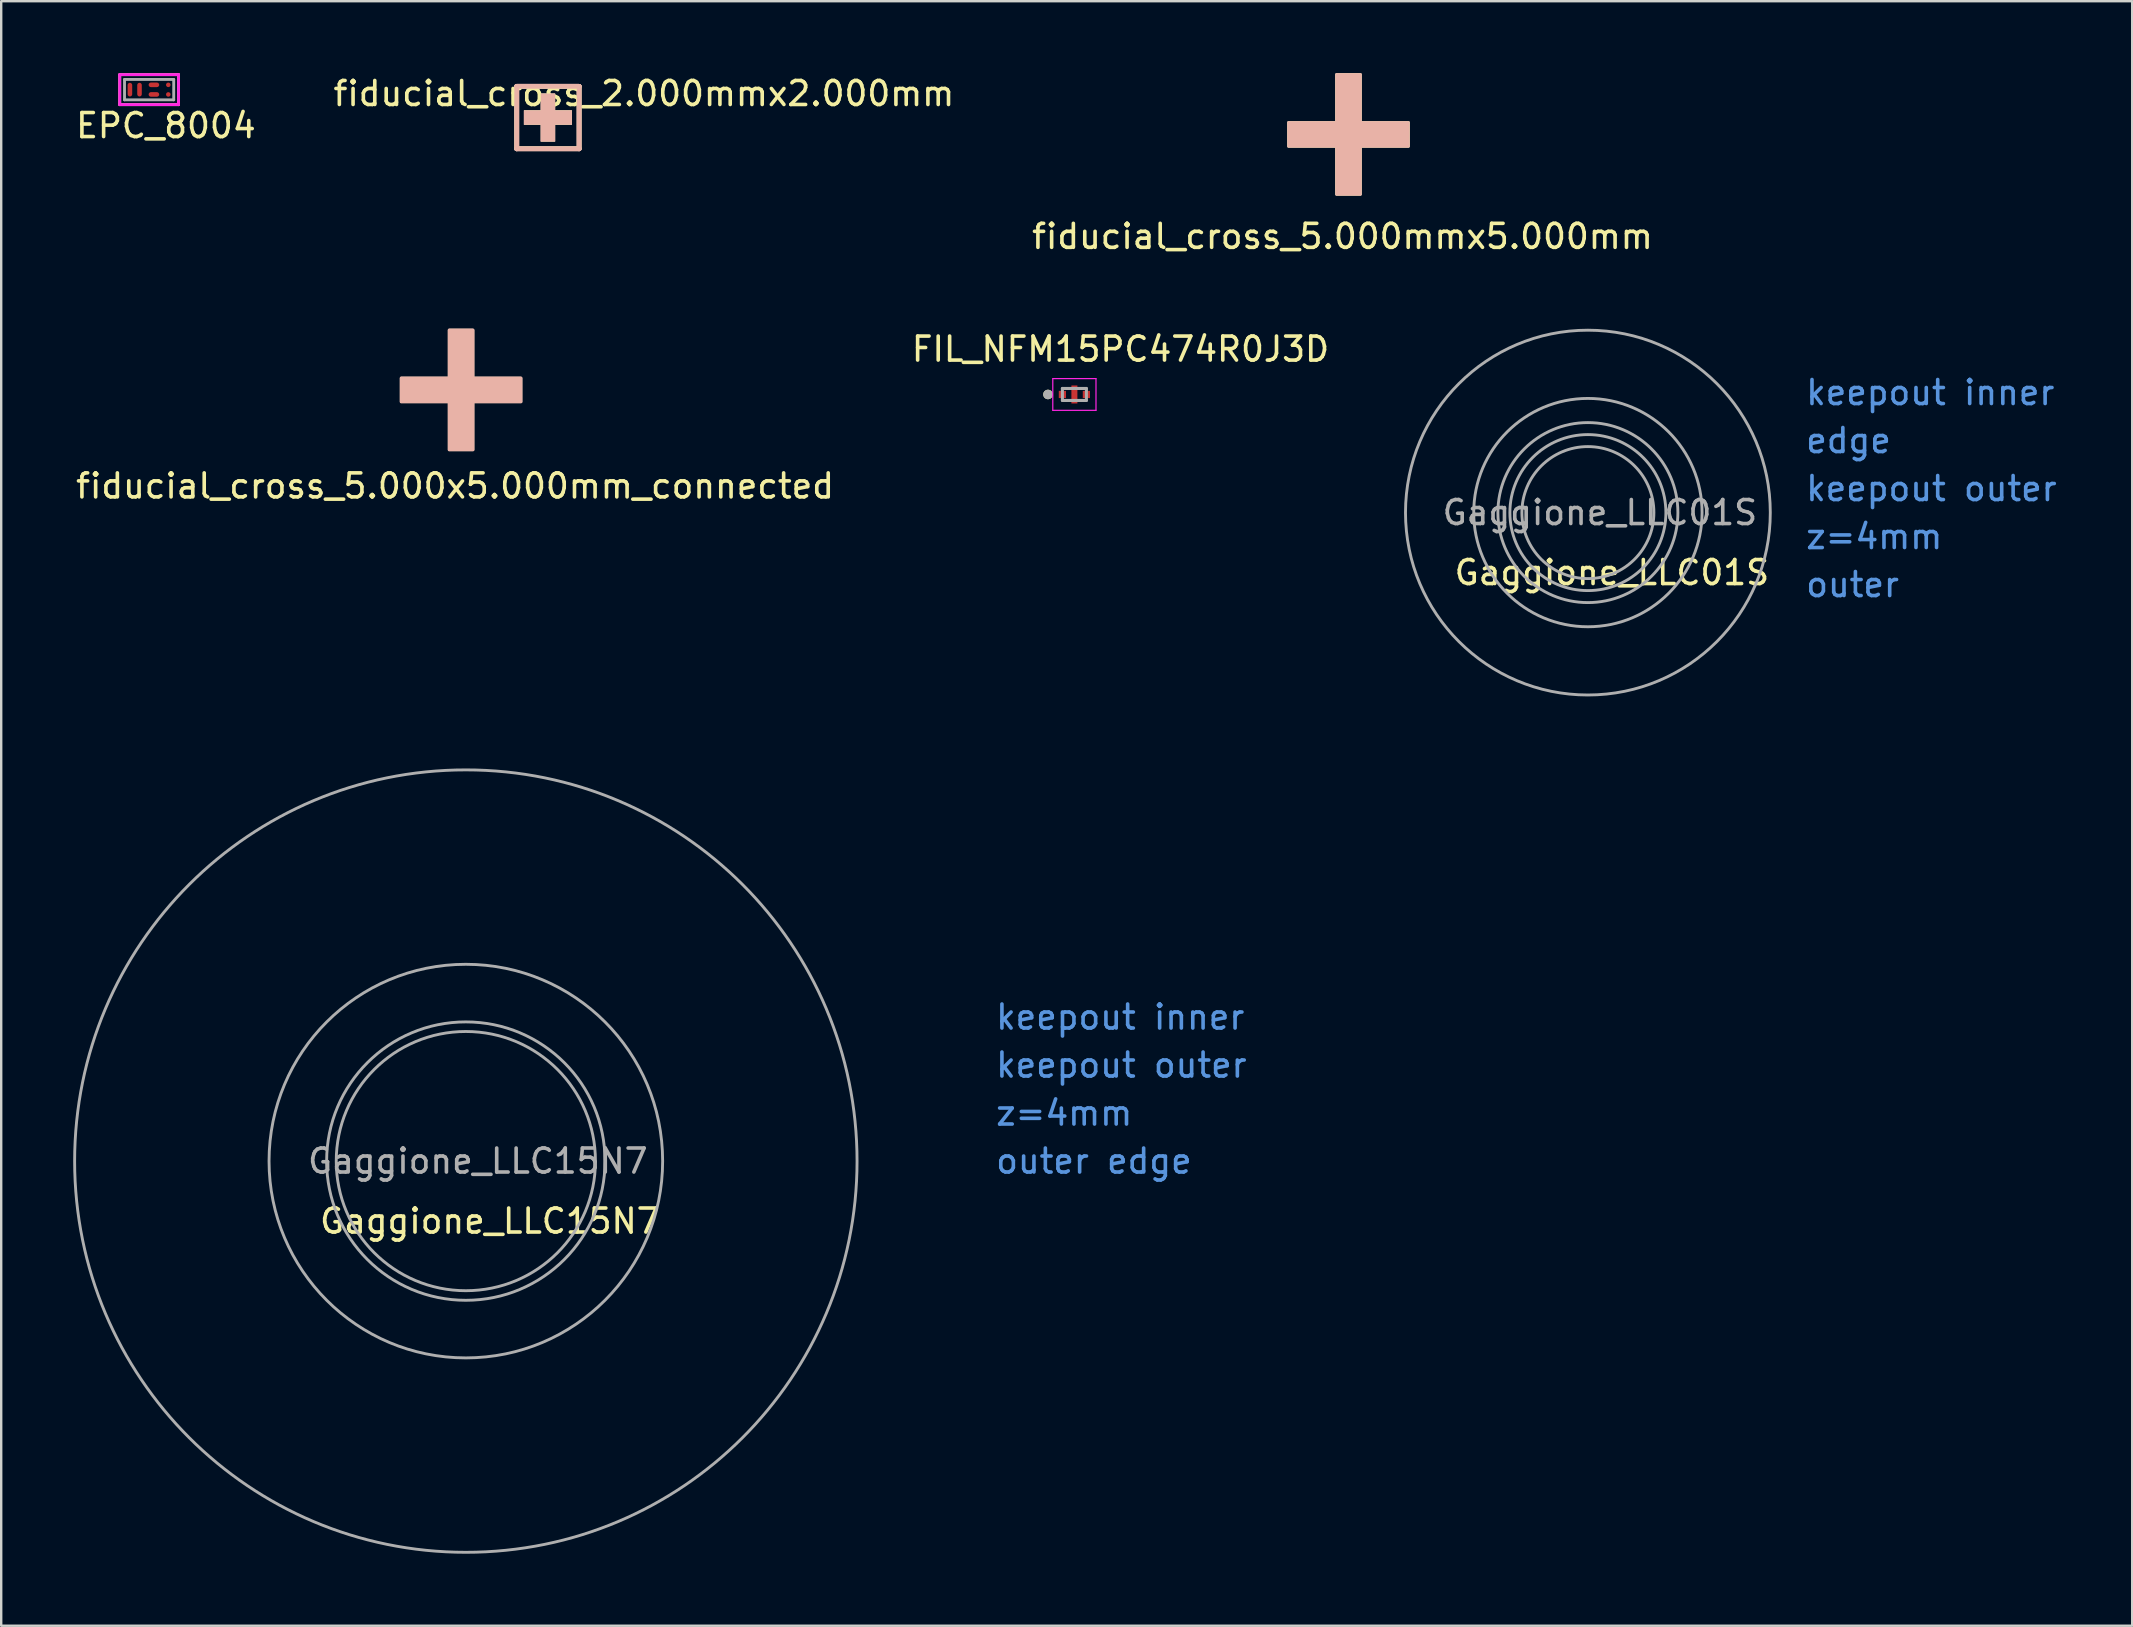
<source format=kicad_pcb>
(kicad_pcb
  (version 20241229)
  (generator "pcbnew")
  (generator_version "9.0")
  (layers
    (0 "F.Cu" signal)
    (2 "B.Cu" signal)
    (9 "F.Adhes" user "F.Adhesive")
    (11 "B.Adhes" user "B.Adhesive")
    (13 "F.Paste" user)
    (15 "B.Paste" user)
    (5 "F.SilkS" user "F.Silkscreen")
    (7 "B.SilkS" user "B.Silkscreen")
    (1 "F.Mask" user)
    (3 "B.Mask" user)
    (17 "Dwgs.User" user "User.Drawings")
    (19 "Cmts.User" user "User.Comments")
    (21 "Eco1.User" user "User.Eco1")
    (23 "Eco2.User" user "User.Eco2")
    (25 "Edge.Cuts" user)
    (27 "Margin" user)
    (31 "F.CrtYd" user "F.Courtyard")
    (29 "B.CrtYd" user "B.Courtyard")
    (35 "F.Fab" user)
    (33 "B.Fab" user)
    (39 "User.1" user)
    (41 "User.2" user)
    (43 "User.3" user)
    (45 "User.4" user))
  (footprint "fiducial_cross_5.000mmx5.000mm"
    (layer "F.Cu")
    (at 50.637 5.05)
    (property "Reference" "fiducial_cross_5.000mmx5.000mm" (at 2.25 1.75 0) (layer "F.SilkS") (effects (font (size 1 1) (thickness 0.15))))
    (attr through_hole)
    (fp_poly (pts (xy 3 -3) (xy 5 -3) (xy 5 -2) (xy 3 -2) (xy 3 0) (xy 2 0) (xy 2 -2) (xy 0 -2) (xy 0 -3) (xy 2 -3) (xy 2 -5) (xy 3 -5)) (stroke (width 0.1) (type solid)) (fill yes) (layer "F.Cu"))
    (fp_poly (pts (xy 3 -3) (xy 5 -3) (xy 5 -2) (xy 3 -2) (xy 3 0) (xy 2 0) (xy 2 -2) (xy 0 -2) (xy 0 -3) (xy 2 -3) (xy 2 -5) (xy 3 -5)) (stroke (width 0.1) (type solid)) (fill yes) (layer "B.Cu"))
    (fp_poly (pts (xy 3 -3) (xy 5 -3) (xy 5 -2) (xy 3 -2) (xy 3 0) (xy 2 0) (xy 2 -2) (xy 0 -2) (xy 0 -3) (xy 2 -3) (xy 2 -5) (xy 3 -5)) (stroke (width 0.1) (type solid)) (fill yes) (layer "F.SilkS"))
    (fp_poly (pts (xy 3 -3) (xy 5 -3) (xy 5 -2) (xy 3 -2) (xy 3 0) (xy 2 0) (xy 2 -2) (xy 0 -2) (xy 0 -3) (xy 2 -3) (xy 2 -5) (xy 3 -5)) (stroke (width 0.1) (type solid)) (fill yes) (layer "B.SilkS")))
  (footprint "fiducial_cross_2.000mmx2.000mm"
    (layer "F.Cu")
    (at 19.78 1.848)
    (property "Reference" "fiducial_cross_2.000mmx2.000mm" (at 4 -1 0) (layer "F.SilkS") (effects (font (size 1 1) (thickness 0.15))))
    (attr through_hole)
    (fp_line (start -1.3 -1.3) (end 1.3 -1.3) (stroke (width 0.2) (type solid)) (layer "F.Cu"))
    (fp_line (start -1.3 1.3) (end -1.3 -1.3) (stroke (width 0.2) (type solid)) (layer "F.Cu"))
    (fp_line (start 1.3 -1.3) (end 1.3 1.3) (stroke (width 0.2) (type solid)) (layer "F.Cu"))
    (fp_line (start 1.3 1.3) (end -1.3 1.3) (stroke (width 0.2) (type solid)) (layer "F.Cu"))
    (fp_poly (pts (xy 0.3 -0.3) (xy 1 -0.3) (xy 1 0.3) (xy 0.3 0.3) (xy 0.3 1) (xy -0.3 1) (xy -0.3 0.3) (xy -1 0.3) (xy -1 -0.3) (xy -0.3 -0.3) (xy -0.3 -1) (xy 0.3 -1)) (stroke (width 0.001) (type solid)) (fill yes) (layer "F.Cu"))
    (fp_line (start -1.3 -1.3) (end 1.3 -1.3) (stroke (width 0.2) (type solid)) (layer "B.Cu"))
    (fp_line (start -1.3 1.3) (end -1.3 -1.3) (stroke (width 0.2) (type solid)) (layer "B.Cu"))
    (fp_line (start 1.3 -1.3) (end 1.3 1.3) (stroke (width 0.2) (type solid)) (layer "B.Cu"))
    (fp_line (start 1.3 1.3) (end -1.3 1.3) (stroke (width 0.2) (type solid)) (layer "B.Cu"))
    (fp_poly (pts (xy 0.3 -0.3) (xy 1 -0.3) (xy 1 0.3) (xy 0.3 0.3) (xy 0.3 1) (xy -0.3 1) (xy -0.3 0.3) (xy -1 0.3) (xy -1 -0.3) (xy -0.3 -0.3) (xy -0.3 -1) (xy 0.3 -1)) (stroke (width 0.001) (type solid)) (fill yes) (layer "B.Cu"))
    (fp_line (start -1.3 -1.3) (end 1.3 -1.3) (stroke (width 0.2) (type solid)) (layer "F.SilkS"))
    (fp_line (start -1.3 1.3) (end -1.3 -1.3) (stroke (width 0.2) (type solid)) (layer "F.SilkS"))
    (fp_line (start 1.3 -1.3) (end 1.3 1.3) (stroke (width 0.2) (type solid)) (layer "F.SilkS"))
    (fp_line (start 1.3 1.3) (end -1.3 1.3) (stroke (width 0.2) (type solid)) (layer "F.SilkS"))
    (fp_poly (pts (xy 0.3 -0.3) (xy 1 -0.3) (xy 1 0.3) (xy 0.3 0.3) (xy 0.3 1) (xy -0.3 1) (xy -0.3 0.3) (xy -1 0.3) (xy -1 -0.3) (xy -0.3 -0.3) (xy -0.3 -1) (xy 0.3 -1)) (stroke (width 0.001) (type solid)) (fill yes) (layer "F.SilkS"))
    (fp_line (start -1.3 -1.3) (end 1.3 -1.3) (stroke (width 0.2) (type solid)) (layer "B.SilkS"))
    (fp_line (start -1.3 1.3) (end -1.3 -1.3) (stroke (width 0.2) (type solid)) (layer "B.SilkS"))
    (fp_line (start 1.3 -1.3) (end 1.3 1.3) (stroke (width 0.2) (type solid)) (layer "B.SilkS"))
    (fp_line (start 1.3 1.3) (end -1.3 1.3) (stroke (width 0.2) (type solid)) (layer "B.SilkS"))
    (fp_poly (pts (xy 0.3 -0.3) (xy 1 -0.3) (xy 1 0.3) (xy 0.3 0.3) (xy 0.3 1) (xy -0.3 1) (xy -0.3 0.3) (xy -1 0.3) (xy -1 -0.3) (xy -0.3 -0.3) (xy -0.3 -1) (xy 0.3 -1)) (stroke (width 0.001) (type solid)) (fill yes) (layer "B.SilkS")))
  (footprint "EPC_8004"
    (layer "F.Cu")
    (at 2.363 0.685)
    (property "Reference" "EPC_8004" (at 1.5 1.5 0) (layer "F.SilkS") (effects (font (size 1 1) (thickness 0.15))))
    (attr through_hole)
    (fp_line (start -0.425 -0.625) (end 2.025 -0.625) (stroke (width 0.12) (type solid)) (layer "F.SilkS"))
    (fp_line (start -0.425 0.625) (end -0.425 -0.625) (stroke (width 0.12) (type solid)) (layer "F.SilkS"))
    (fp_line (start 2.025 -0.625) (end 2.025 0.625) (stroke (width 0.12) (type solid)) (layer "F.SilkS"))
    (fp_line (start 2.025 0.625) (end -0.425 0.625) (stroke (width 0.12) (type solid)) (layer "F.SilkS"))
    (fp_line (start -0.425 -0.625) (end 2.025 -0.625) (stroke (width 0.12) (type solid)) (layer "F.CrtYd"))
    (fp_line (start -0.425 0.625) (end -0.425 -0.625) (stroke (width 0.12) (type solid)) (layer "F.CrtYd"))
    (fp_line (start 2.025 -0.625) (end 2.025 0.625) (stroke (width 0.12) (type solid)) (layer "F.CrtYd"))
    (fp_line (start 2.025 0.625) (end -0.425 0.625) (stroke (width 0.12) (type solid)) (layer "F.CrtYd"))
    (fp_line (start -0.225 -0.425) (end -0.225 0.425) (stroke (width 0.12) (type solid)) (layer "F.Fab"))
    (fp_line (start -0.225 -0.425) (end 1.825 -0.425) (stroke (width 0.12) (type solid)) (layer "F.Fab"))
    (fp_line (start -0.225 0.425) (end 1.825 0.425) (stroke (width 0.12) (type solid)) (layer "F.Fab"))
    (fp_line (start 1.825 -0.425) (end 1.825 0.425) (stroke (width 0.12) (type solid)) (layer "F.Fab"))
    (pad "1" smd roundrect (at 0 0) (size 0.19 0.57) (layers "F.Cu" "F.Mask" "F.Paste") (roundrect_rratio 0.5))
    (pad "2" smd roundrect (at 0.4 0) (size 0.19 0.57) (layers "F.Cu" "F.Mask" "F.Paste") (roundrect_rratio 0.5))
    (pad "3" smd roundrect (at 1 0.2) (size 0.44 0.19) (layers "F.Cu" "F.Mask" "F.Paste") (roundrect_rratio 0.5))
    (pad "4" smd roundrect (at 1 -0.2) (size 0.44 0.19) (layers "F.Cu" "F.Mask" "F.Paste") (roundrect_rratio 0.5))
    (pad "5" smd circle (at 1.6 0.2) (size 0.19 0.19) (layers "F.Cu" "F.Mask" "F.Paste"))
    (pad "6" smd circle (at 1.6 -0.2) (size 0.19 0.19) (layers "F.Cu" "F.Mask" "F.Paste")))
  (footprint "Gaggione_LLC15N7"
    (layer "F.Cu")
    (at 16.36 45.329)
    (property "Reference" "Gaggione_LLC15N7" (at 1 2.5 0) (layer "F.SilkS") (effects (font (size 1 1) (thickness 0.15))))
    (attr smd)
    (fp_circle (center 0 0) (end 5.4 0) (stroke (width 0.12) (type solid)) (fill no) (layer "F.Fab"))
    (fp_circle (center 0 0) (end 5.8 0) (stroke (width 0.12) (type solid)) (fill no) (layer "F.Fab"))
    (fp_circle (center 0 0) (end 8.2 0) (stroke (width 0.12) (type solid)) (fill no) (layer "F.Fab"))
    (fp_circle (center 0 0) (end 16.3 -0.1) (stroke (width 0.12) (type solid)) (fill no) (layer "F.Fab"))
    (fp_text user "z=4mm" (at 22 -2 0) (layer "Cmts.User") (effects (font (size 1 1) (thickness 0.15)) (justify left)))
    (fp_text user "keepout outer" (at 22 -4 0) (layer "Cmts.User") (effects (font (size 1 1) (thickness 0.15)) (justify left)))
    (fp_text user "keepout inner" (at 22 -6 0) (layer "Cmts.User") (effects (font (size 1 1) (thickness 0.15)) (justify left)))
    (fp_text user "outer edge" (at 22 0 0) (layer "Cmts.User") (effects (font (size 1 1) (thickness 0.15)) (justify left)))
    (fp_text user "${REFERENCE}" (at 0.5 0 0) (layer "F.Fab") (effects (font (size 1 1) (thickness 0.15)))))
  (footprint "Gaggione_LLC01S"
    (layer "F.Cu")
    (at 63.112 18.308)
    (property "Reference" "Gaggione_LLC01S" (at 1 2.5 0) (layer "F.SilkS") (effects (font (size 1 1) (thickness 0.15))))
    (attr smd)
    (fp_circle (center 0 0) (end 2.75 0) (stroke (width 0.12) (type solid)) (fill no) (layer "F.Fab"))
    (fp_circle (center 0 0) (end 3.25 0) (stroke (width 0.12) (type solid)) (fill no) (layer "F.Fab"))
    (fp_circle (center 0 0) (end 3.75 0) (stroke (width 0.12) (type solid)) (fill no) (layer "F.Fab"))
    (fp_circle (center 0 0) (end 4.757 0) (stroke (width 0.12) (type solid)) (fill no) (layer "F.Fab"))
    (fp_circle (center 0 0) (end 7.6 0) (stroke (width 0.12) (type solid)) (fill no) (layer "F.Fab"))
    (fp_text user "outer" (at 9 3 0) (layer "Cmts.User") (effects (font (size 1 1) (thickness 0.15)) (justify left)))
    (fp_text user "keepout inner" (at 9 -5 0) (layer "Cmts.User") (effects (font (size 1 1) (thickness 0.15)) (justify left)))
    (fp_text user "keepout outer" (at 9 -1 0) (layer "Cmts.User") (effects (font (size 1 1) (thickness 0.15)) (justify left)))
    (fp_text user "z=4mm" (at 9 1 0) (layer "Cmts.User") (effects (font (size 1 1) (thickness 0.15)) (justify left)))
    (fp_text user "edge" (at 9 -3 0) (layer "Cmts.User") (effects (font (size 1 1) (thickness 0.15)) (justify left)))
    (fp_text user "${REFERENCE}" (at 0.5 0 0) (layer "F.Fab") (effects (font (size 1 1) (thickness 0.15)))))
  (footprint "FIL_NFM15PC474R0J3D"
    (layer "F.Cu")
    (at 41.716 13.386)
    (property "Reference" "FIL_NFM15PC474R0J3D" (at 1.921 -1.889 0) (layer "F.SilkS") (effects (font (size 1 1) (thickness 0.15))))
    (attr smd)
    (fp_poly (pts (xy -0.65 -0.15) (xy -0.35 -0.15) (xy -0.35 0.15) (xy -0.65 0.15)) (stroke (width 0.01) (type solid)) (fill yes) (layer "F.Mask"))
    (fp_poly (pts (xy -0.125 -0.375) (xy 0.125 -0.375) (xy 0.125 -0.125) (xy -0.125 -0.125)) (stroke (width 0.01) (type solid)) (fill yes) (layer "F.Mask"))
    (fp_poly (pts (xy -0.125 0.125) (xy 0.125 0.125) (xy 0.125 0.375) (xy -0.125 0.375)) (stroke (width 0.01) (type solid)) (fill yes) (layer "F.Mask"))
    (fp_poly (pts (xy 0.35 -0.15) (xy 0.65 -0.15) (xy 0.65 0.15) (xy 0.35 0.15)) (stroke (width 0.01) (type solid)) (fill yes) (layer "F.Mask"))
    (fp_circle (center -1.1 0) (end -1 0) (stroke (width 0.2) (type solid)) (fill no) (layer "F.SilkS"))
    (fp_line (start -0.9 -0.66) (end -0.9 0.66) (stroke (width 0.05) (type solid)) (layer "F.CrtYd"))
    (fp_line (start -0.9 0.66) (end 0.9 0.66) (stroke (width 0.05) (type solid)) (layer "F.CrtYd"))
    (fp_line (start 0.9 -0.66) (end -0.9 -0.66) (stroke (width 0.05) (type solid)) (layer "F.CrtYd"))
    (fp_line (start 0.9 0.66) (end 0.9 -0.66) (stroke (width 0.05) (type solid)) (layer "F.CrtYd"))
    (fp_line (start -0.5 -0.25) (end 0.5 -0.25) (stroke (width 0.127) (type solid)) (layer "F.Fab"))
    (fp_line (start -0.5 0.25) (end -0.5 -0.25) (stroke (width 0.127) (type solid)) (layer "F.Fab"))
    (fp_line (start 0.5 -0.25) (end 0.5 0.25) (stroke (width 0.127) (type solid)) (layer "F.Fab"))
    (fp_line (start 0.5 0.25) (end -0.5 0.25) (stroke (width 0.127) (type solid)) (layer "F.Fab"))
    (fp_circle (center -1.1 0) (end -1 0) (stroke (width 0.2) (type solid)) (fill no) (layer "F.Fab"))
    (pad "1" smd rect (at -0.5 0) (size 0.3 0.3) (layers "F.Cu" "F.Paste"))
    (pad "2" smd rect (at 0 0) (size 0.25 0.75) (layers "F.Cu" "F.Mask" "F.Paste"))
    (pad "3" smd rect (at 0.5 0) (size 0.3 0.3) (layers "F.Cu" "F.Paste")))
  (footprint "fiducial_cross_5.000x5.000mm_connected"
    (layer "F.Cu")
    (at 13.661 15.698)
    (property "Reference" "fiducial_cross_5.000x5.000mm_connected" (at 2.25 1.5 0) (layer "F.SilkS") (effects (font (size 1 1) (thickness 0.15))))
    (attr through_hole)
    (fp_poly (pts (xy 3 -3) (xy 5 -3) (xy 5 -2) (xy 3 -2) (xy 3 0) (xy 2 0) (xy 2 -2) (xy 0 -2) (xy 0 -3) (xy 2 -3) (xy 2 -5) (xy 3 -5)) (stroke (width 0.1) (type solid)) (fill yes) (layer "F.Cu"))
    (fp_poly (pts (xy 3 -3) (xy 5 -3) (xy 5 -2) (xy 3 -2) (xy 3 0) (xy 2 0) (xy 2 -2) (xy 0 -2) (xy 0 -3) (xy 2 -3) (xy 2 -5) (xy 3 -5)) (stroke (width 0.1) (type solid)) (fill yes) (layer "B.Cu"))
    (fp_poly (pts (xy 3 -3) (xy 5 -3) (xy 5 -2) (xy 3 -2) (xy 3 0) (xy 2 0) (xy 2 -2) (xy 0 -2) (xy 0 -3) (xy 2 -3) (xy 2 -5) (xy 3 -5)) (stroke (width 0.1) (type solid)) (fill yes) (layer "F.SilkS"))
    (fp_poly (pts (xy 3 -3) (xy 5 -3) (xy 5 -2) (xy 3 -2) (xy 3 0) (xy 2 0) (xy 2 -2) (xy 0 -2) (xy 0 -3) (xy 2 -3) (xy 2 -5) (xy 3 -5)) (stroke (width 0.1) (type solid)) (fill yes) (layer "B.SilkS"))
    (pad "1" smd rect (at 2.5 -2.5) (size 1 1) (layers "F.Cu" "F.Mask" "F.Paste")))
  (gr_rect
    (start -3 -3)
    (end 85.791 64.689)
    (stroke (width 0.1) (type default))
    (fill no)
    (layer "Edge.Cuts")))
</source>
